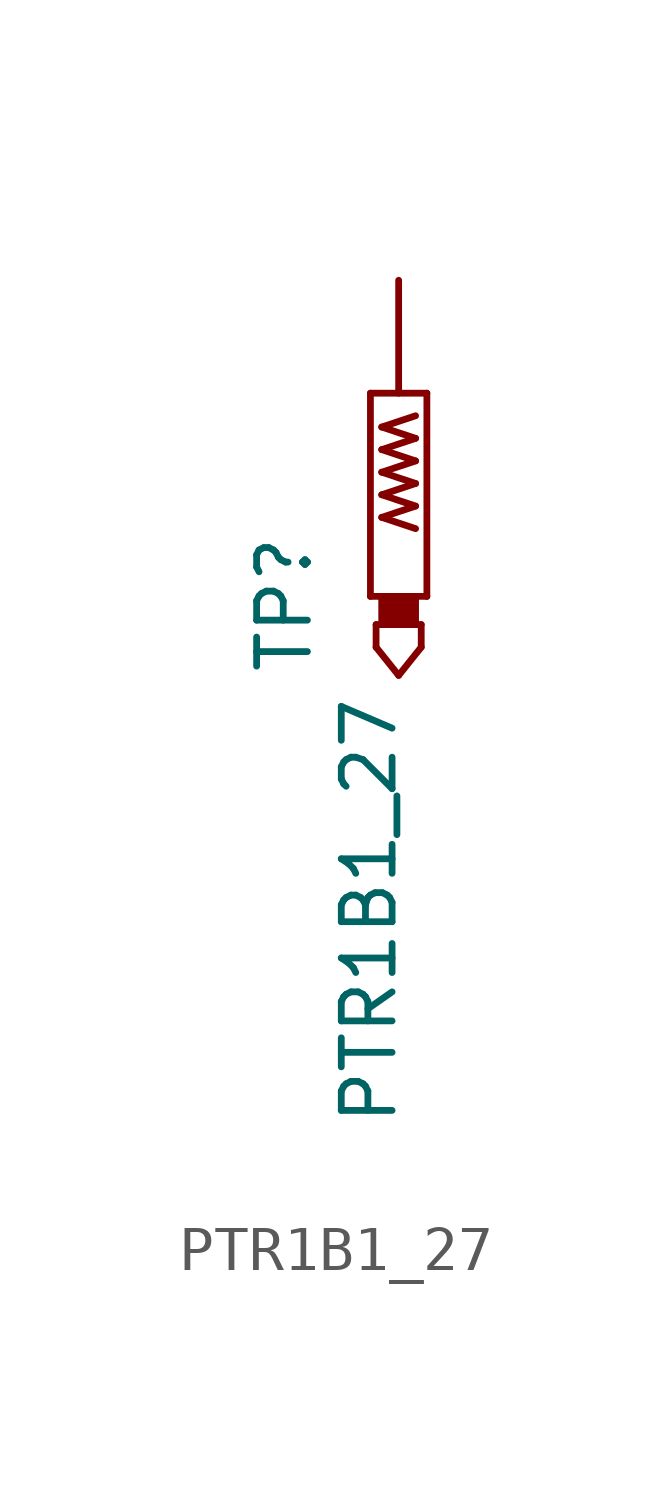
<source format=kicad_sym>
(kicad_symbol_lib
  (version 20211014)
  (generator kicad_symbol_editor)
  (symbol "PTR1B1_27"
    (pin_numbers hide)
    (pin_names
      (offset 1.016) hide)
    (property "Reference" "TP"
      (at -1.905 -6.35 90)
      (effects (font (size 1.143 1.143)) (justify left bottom)))
    (property "Value" "PTR1B1_27"
      (at 0 -16.51 90)
      (effects (font (size 1.143 1.143)) (justify left bottom)))
    (property "ki_locked" ""
      (at 0 0 0)
      (effects (font (size 1.27 1.27))))
    (symbol "PTR1B1_27_1_0"
      (polyline (pts (xy -0.635 0) (xy -0.635 -4.572)) (stroke (width 0) (type default) (color 0 0 0 0)) (fill (type none)))
      (polyline (pts (xy -0.508 -5.715) (xy 0 -6.35)) (stroke (width 0) (type default) (color 0 0 0 0)) (fill (type none)))
      (polyline (pts (xy -0.508 -5.207) (xy -0.508 -5.715)) (stroke (width 0) (type default) (color 0 0 0 0)) (fill (type none)))
      (polyline (pts (xy -0.381 -2.794) (xy 0.381 -2.54)) (stroke (width 0) (type default) (color 0 0 0 0)) (fill (type none)))
      (polyline (pts (xy -0.381 -2.286) (xy 0.381 -2.032)) (stroke (width 0) (type default) (color 0 0 0 0)) (fill (type none)))
      (polyline (pts (xy -0.381 -1.778) (xy 0.381 -1.524)) (stroke (width 0) (type default) (color 0 0 0 0)) (fill (type none)))
      (polyline (pts (xy -0.381 -1.27) (xy 0.381 -1.016)) (stroke (width 0) (type default) (color 0 0 0 0)) (fill (type none)))
      (polyline (pts (xy -0.381 -0.762) (xy 0.381 -0.508)) (stroke (width 0) (type default) (color 0 0 0 0)) (fill (type none)))
      (polyline (pts (xy 0 -6.35) (xy 0.508 -5.715)) (stroke (width 0) (type default) (color 0 0 0 0)) (fill (type none)))
      (polyline (pts (xy 0.381 -3.048) (xy -0.381 -2.794)) (stroke (width 0) (type default) (color 0 0 0 0)) (fill (type none)))
      (polyline (pts (xy 0.381 -2.54) (xy -0.381 -2.286)) (stroke (width 0) (type default) (color 0 0 0 0)) (fill (type none)))
      (polyline (pts (xy 0.381 -2.032) (xy -0.381 -1.778)) (stroke (width 0) (type default) (color 0 0 0 0)) (fill (type none)))
      (polyline (pts (xy 0.381 -1.524) (xy -0.381 -1.27)) (stroke (width 0) (type default) (color 0 0 0 0)) (fill (type none)))
      (polyline (pts (xy 0.381 -1.016) (xy -0.381 -0.762)) (stroke (width 0) (type default) (color 0 0 0 0)) (fill (type none)))
      (polyline (pts (xy 0.508 -5.715) (xy 0.508 -5.207)) (stroke (width 0) (type default) (color 0 0 0 0)) (fill (type none)))
      (polyline (pts (xy 0.508 -5.207) (xy -0.508 -5.207)) (stroke (width 0) (type default) (color 0 0 0 0)) (fill (type none)))
      (polyline (pts (xy 0.635 -4.572) (xy -0.635 -4.572)) (stroke (width 0) (type default) (color 0 0 0 0)) (fill (type none)))
      (polyline (pts (xy 0.635 -4.572) (xy 0.635 0)) (stroke (width 0) (type default) (color 0 0 0 0)) (fill (type none)))
      (polyline (pts (xy 0.635 0) (xy -0.635 0)) (stroke (width 0) (type default) (color 0 0 0 0)) (fill (type none))))
    (symbol "PTR1B1_27_1_1"
      (rectangle (start -0.381 -5.207) (end 0.381 -4.572) (stroke (width 0) (type default) (color 0 0 0 0)) (fill (type outline)))
      (pin input line (at 0 2.54 270) (length 2.54) (name "TP" (effects (font (size 1.016 1.016)))) (number "TP" (effects (font (size 1.016 1.016))))))))
</source>
